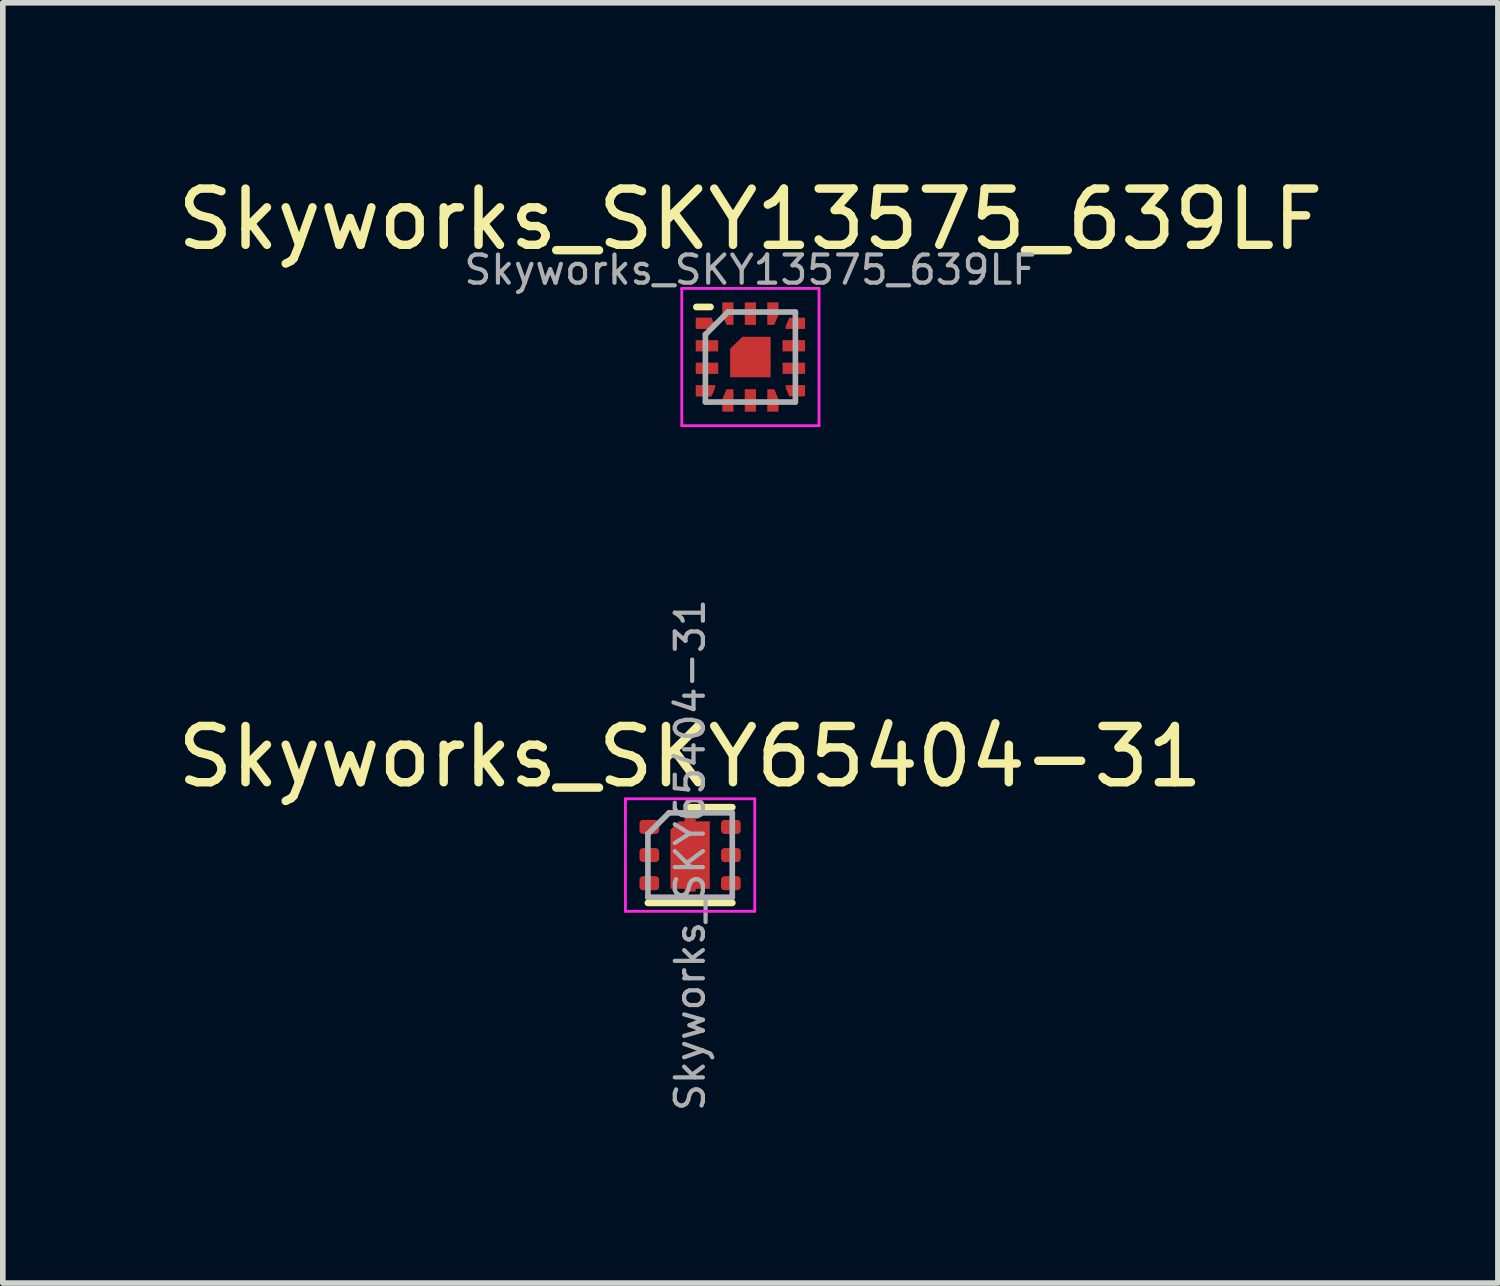
<source format=kicad_pcb>
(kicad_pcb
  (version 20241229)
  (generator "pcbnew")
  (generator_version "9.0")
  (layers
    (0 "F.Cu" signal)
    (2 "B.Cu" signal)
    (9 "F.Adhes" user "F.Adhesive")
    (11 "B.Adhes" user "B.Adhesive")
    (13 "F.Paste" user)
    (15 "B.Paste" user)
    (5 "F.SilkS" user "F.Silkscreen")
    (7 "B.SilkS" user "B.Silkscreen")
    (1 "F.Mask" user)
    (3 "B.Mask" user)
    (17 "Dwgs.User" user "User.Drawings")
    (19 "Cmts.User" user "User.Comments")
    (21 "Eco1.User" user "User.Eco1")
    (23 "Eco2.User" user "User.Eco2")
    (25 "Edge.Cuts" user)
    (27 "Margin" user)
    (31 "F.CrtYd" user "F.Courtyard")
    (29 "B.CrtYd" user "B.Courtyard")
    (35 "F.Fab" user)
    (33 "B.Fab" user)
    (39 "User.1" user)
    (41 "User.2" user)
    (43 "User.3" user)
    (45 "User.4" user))
  (footprint "Skyworks_SKY13575_639LF"
    (layer "F.Cu")
    (at 10.292 3.298)
    (property "Reference" "Skyworks_SKY13575_639LF" (at 0 -2.45 0) (layer "F.SilkS") (effects (font (size 1 1) (thickness 0.15))))
    (attr smd)
    (fp_line (start -0.96 -0.89) (end -0.71 -0.89) (stroke (width 0.12) (type solid)) (layer "F.SilkS"))
    (fp_line (start -1.22 -1.22) (end -1.22 1.22) (stroke (width 0.05) (type solid)) (layer "F.CrtYd"))
    (fp_line (start -1.22 1.22) (end 1.22 1.22) (stroke (width 0.05) (type solid)) (layer "F.CrtYd"))
    (fp_line (start 1.22 -1.22) (end -1.22 -1.22) (stroke (width 0.05) (type solid)) (layer "F.CrtYd"))
    (fp_line (start 1.22 1.22) (end 1.22 -1.22) (stroke (width 0.05) (type solid)) (layer "F.CrtYd"))
    (fp_line (start -0.8 -0.4) (end -0.8 0.8) (stroke (width 0.1) (type solid)) (layer "F.Fab"))
    (fp_line (start -0.8 0.8) (end 0.8 0.8) (stroke (width 0.1) (type solid)) (layer "F.Fab"))
    (fp_line (start -0.4 -0.8) (end -0.8 -0.4) (stroke (width 0.1) (type solid)) (layer "F.Fab"))
    (fp_line (start 0.8 -0.8) (end -0.4 -0.8) (stroke (width 0.1) (type solid)) (layer "F.Fab"))
    (fp_line (start 0.8 0.8) (end 0.8 -0.8) (stroke (width 0.1) (type solid)) (layer "F.Fab"))
    (fp_text user "${REFERENCE}" (at 0 -1.55 0) (layer "F.Fab") (effects (font (size 0.5 0.5) (thickness 0.075))))
    (pad "" smd rect (at -0.185 0.185) (size 0.29 0.29) (layers "F.Paste"))
    (pad "" smd custom (at -0.17 -0.17) (size 0.1 0.1) (layers "F.Paste") (options (anchor rect)) (primitives (gr_poly (pts (xy 0.13 0.13) (xy 0.13 -0.16) (xy 0.04 -0.16) (xy -0.16 0.03) (xy -0.16 0.13)) (width 0) (fill yes))))
    (pad "" smd rect (at 0.185 -0.185) (size 0.29 0.29) (layers "F.Paste"))
    (pad "" smd rect (at 0.185 0.185) (size 0.29 0.29) (layers "F.Paste"))
    (pad "1" smd custom (at -0.866 -0.601) (size 0.2 0.2) (layers "F.Cu" "F.Mask" "F.Paste") (options (anchor rect)) (primitives (gr_poly (pts (xy -0.106 0.101) (xy 0.239 0.101) (xy 0.239 0.053) (xy 0.175 -0.099) (xy -0.106 -0.099)) (width 0) (fill yes))))
    (pad "2" smd rect (at -0.772 -0.2) (size 0.4 0.2) (layers "F.Cu" "F.Mask" "F.Paste"))
    (pad "3" smd rect (at -0.772 0.2) (size 0.4 0.2) (layers "F.Cu" "F.Mask" "F.Paste"))
    (pad "4" smd custom (at -0.866 0.602) (size 0.2 0.2) (layers "F.Cu" "F.Mask" "F.Paste") (options (anchor rect)) (primitives (gr_poly (pts (xy -0.106 -0.102) (xy 0.239 -0.102) (xy 0.239 -0.054) (xy 0.175 0.098) (xy -0.106 0.098)) (width 0) (fill yes))))
    (pad "5" smd custom (at -0.4 0.871) (size 0.19 0.2) (layers "F.Cu" "F.Mask" "F.Paste") (options (anchor rect)) (primitives (gr_poly (pts (xy 0.1 -0.299) (xy 0.1 0.101) (xy -0.1 0.101) (xy -0.1 -0.119) (xy -0.025 -0.299)) (width 0) (fill yes))))
    (pad "6" smd rect (at 0 0.772 90) (size 0.4 0.2) (layers "F.Cu" "F.Mask" "F.Paste"))
    (pad "7" smd custom (at 0.4 0.87) (size 0.19 0.2) (layers "F.Cu" "F.Mask" "F.Paste") (options (anchor rect)) (primitives (gr_poly (pts (xy -0.1 -0.298) (xy -0.1 0.102) (xy 0.1 0.102) (xy 0.1 -0.118) (xy 0.025 -0.298)) (width 0) (fill yes))))
    (pad "8" smd custom (at 0.871 0.6) (size 0.2 0.2) (layers "F.Cu" "F.Mask" "F.Paste") (options (anchor rect)) (primitives (gr_poly (pts (xy 0.101 -0.1) (xy 0.101 0.1) (xy -0.18 0.1) (xy -0.244 -0.052) (xy -0.244 -0.1)) (width 0) (fill yes))))
    (pad "9" smd rect (at 0.772 0.2) (size 0.4 0.2) (layers "F.Cu" "F.Mask" "F.Paste"))
    (pad "10" smd rect (at 0.772 -0.2) (size 0.4 0.2) (layers "F.Cu" "F.Mask" "F.Paste"))
    (pad "11" smd custom (at 0.872 -0.6) (size 0.2 0.2) (layers "F.Cu" "F.Mask" "F.Paste") (options (anchor rect)) (primitives (gr_poly (pts (xy 0.1 -0.1) (xy 0.1 0.1) (xy -0.245 0.1) (xy -0.245 0.052) (xy -0.181 -0.1)) (width 0) (fill yes))))
    (pad "12" smd custom (at 0.398 -0.87) (size 0.19 0.2) (layers "F.Cu" "F.Mask" "F.Paste") (options (anchor rect)) (primitives (gr_poly (pts (xy -0.098 -0.102) (xy -0.098 0.298) (xy 0.027 0.298) (xy 0.102 0.118) (xy 0.102 -0.102)) (width 0) (fill yes))))
    (pad "13" smd rect (at 0 -0.772 90) (size 0.4 0.2) (layers "F.Cu" "F.Mask" "F.Paste"))
    (pad "14" smd custom (at -0.4 -0.869) (size 0.19 0.2) (layers "F.Cu" "F.Mask" "F.Paste") (options (anchor rect)) (primitives (gr_poly (pts (xy 0.1 -0.103) (xy -0.1 -0.103) (xy -0.1 0.117) (xy -0.025 0.297) (xy 0.1 0.297)) (width 0) (fill yes))))
    (pad "15" smd custom (at 0 0) (size 0.29 0.29) (layers "F.Cu" "F.Mask") (options (anchor rect)) (primitives (gr_poly (pts (xy -0.14 -0.36) (xy -0.36 -0.15) (xy -0.36 0.36) (xy 0.36 0.36) (xy 0.36 -0.36)) (width 0) (fill yes)))))
  (footprint "Skyworks_SKY65404-31"
    (layer "F.Cu")
    (at 9.22 12.153)
    (property "Reference" "Skyworks_SKY65404-31" (at 0 -1.75 0) (layer "F.SilkS") (effects (font (size 1 1) (thickness 0.15))))
    (attr smd)
    (fp_line (start -0.75 0.85) (end 0.75 0.85) (stroke (width 0.12) (type solid)) (layer "F.SilkS"))
    (fp_line (start 0 -0.85) (end 0.75 -0.85) (stroke (width 0.12) (type solid)) (layer "F.SilkS"))
    (fp_line (start -1.15 -1) (end 1.15 -1) (stroke (width 0.05) (type solid)) (layer "F.CrtYd"))
    (fp_line (start -1.15 1) (end -1.15 -1) (stroke (width 0.05) (type solid)) (layer "F.CrtYd"))
    (fp_line (start 1.15 -1) (end 1.15 1) (stroke (width 0.05) (type solid)) (layer "F.CrtYd"))
    (fp_line (start 1.15 1) (end -1.15 1) (stroke (width 0.05) (type solid)) (layer "F.CrtYd"))
    (fp_line (start -0.75 -0.375) (end -0.375 -0.75) (stroke (width 0.1) (type solid)) (layer "F.Fab"))
    (fp_line (start -0.75 0.75) (end -0.75 -0.375) (stroke (width 0.1) (type solid)) (layer "F.Fab"))
    (fp_line (start -0.375 -0.75) (end 0.75 -0.75) (stroke (width 0.1) (type solid)) (layer "F.Fab"))
    (fp_line (start 0.75 -0.75) (end 0.75 0.75) (stroke (width 0.1) (type solid)) (layer "F.Fab"))
    (fp_line (start 0.75 0.75) (end -0.75 0.75) (stroke (width 0.1) (type solid)) (layer "F.Fab"))
    (fp_text user "${REFERENCE}" (at 0 0 270) (layer "F.Fab") (effects (font (size 0.5 0.5) (thickness 0.075))))
    (pad "1" smd roundrect (at -0.725 -0.5) (size 0.35 0.25) (layers "F.Cu" "F.Mask" "F.Paste") (roundrect_rratio 0.25))
    (pad "2" smd roundrect (at -0.725 0) (size 0.35 0.25) (layers "F.Cu" "F.Mask" "F.Paste") (roundrect_rratio 0.25))
    (pad "3" smd roundrect (at -0.725 0.5) (size 0.35 0.25) (layers "F.Cu" "F.Mask" "F.Paste") (roundrect_rratio 0.25))
    (pad "4" smd roundrect (at 0.725 0.5) (size 0.35 0.25) (layers "F.Cu" "F.Mask" "F.Paste") (roundrect_rratio 0.25))
    (pad "5" smd roundrect (at 0.725 0) (size 0.35 0.25) (layers "F.Cu" "F.Mask" "F.Paste") (roundrect_rratio 0.25))
    (pad "6" smd roundrect (at 0.725 -0.5) (size 0.35 0.25) (layers "F.Cu" "F.Mask" "F.Paste") (roundrect_rratio 0.25))
    (pad "7" smd custom (at 0 0) (size 0.35 0.25) (layers "F.Cu" "F.Mask" "F.Paste") (options (anchor rect)) (primitives (gr_poly (pts (xy 0.35 -0.6) (xy 0.35 0) (xy 0.35 0.6) (xy 0.1 0.6) (xy 0.1 0.65) (xy -0.1 0.65) (xy -0.1 0.6) (xy -0.35 0.6) (xy -0.35 -0.45) (xy -0.2 -0.6) (xy -0.1 -0.6) (xy -0.1 -0.65) (xy 0.1 -0.65) (xy 0.1 -0.6)) (width 0) (fill yes)))))
  (gr_rect
    (start -3 -3)
    (end 23.583 19.763)
    (stroke (width 0.1) (type default))
    (fill no)
    (layer "Edge.Cuts")))
</source>
